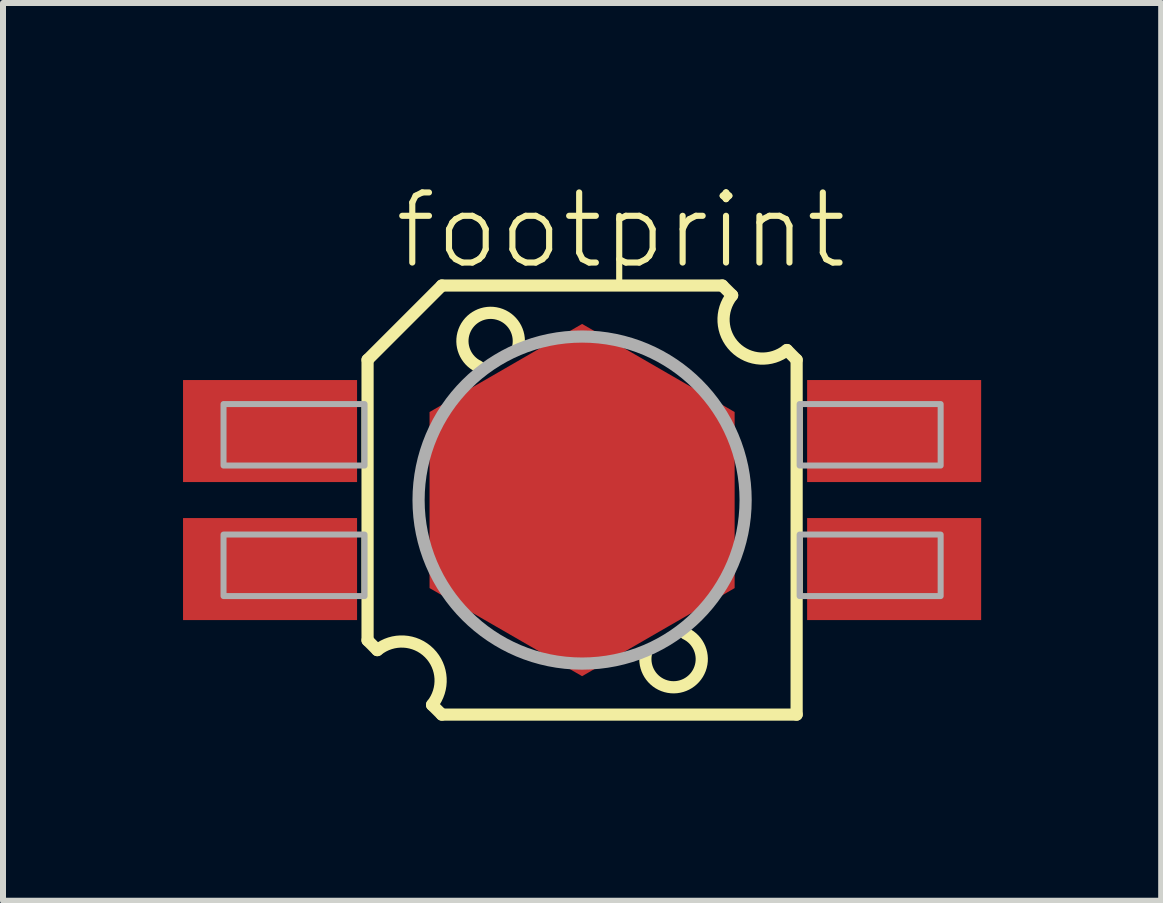
<source format=kicad_pcb>
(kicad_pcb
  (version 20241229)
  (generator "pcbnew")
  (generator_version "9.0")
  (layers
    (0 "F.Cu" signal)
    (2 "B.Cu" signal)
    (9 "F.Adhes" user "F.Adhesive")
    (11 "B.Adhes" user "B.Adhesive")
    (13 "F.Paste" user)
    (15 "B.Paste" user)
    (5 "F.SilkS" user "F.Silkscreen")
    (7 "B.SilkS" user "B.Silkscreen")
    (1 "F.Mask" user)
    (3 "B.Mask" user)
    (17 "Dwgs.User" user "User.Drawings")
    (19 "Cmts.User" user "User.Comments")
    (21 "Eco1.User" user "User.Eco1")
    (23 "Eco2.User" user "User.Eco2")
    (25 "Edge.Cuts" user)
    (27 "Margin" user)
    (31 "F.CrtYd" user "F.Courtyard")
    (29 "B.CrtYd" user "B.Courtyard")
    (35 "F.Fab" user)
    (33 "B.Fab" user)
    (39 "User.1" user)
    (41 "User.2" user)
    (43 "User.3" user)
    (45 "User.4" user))
  (footprint "footprint"
    (layer "F.Cu")
    (at 6.65 5.283)
    (property "Reference" "footprint" (at -3.175 -3.81 0) (layer "F.SilkS") (effects (font (size 1.168 1.168) (thickness 0.102)) (justify left bottom)))
    (fp_poly (pts (xy 2.542 -1.467) (xy 2.542 1.467) (xy 0 2.935) (xy -2.542 1.467) (xy -2.542 -1.467) (xy 0 -2.935)) (stroke (width 0) (type solid)) (fill yes) (layer "F.Cu"))
    (fp_poly (pts (xy 2.542 -1.467) (xy 2.542 1.467) (xy 0 2.935) (xy -2.542 1.467) (xy -2.542 -1.467) (xy 0 -2.935)) (stroke (width 0) (type solid)) (fill yes) (layer "F.Mask"))
    (fp_line (start -3.575 -2.337) (end -2.337 -3.575) (stroke (width 0.203) (type solid)) (layer "F.SilkS"))
    (fp_line (start -3.575 2.337) (end -3.575 -2.337) (stroke (width 0.203) (type solid)) (layer "F.SilkS"))
    (fp_line (start -3.413 2.5) (end -3.575 2.337) (stroke (width 0.203) (type solid)) (layer "F.SilkS"))
    (fp_line (start -2.337 -3.575) (end 2.337 -3.575) (stroke (width 0.203) (type solid)) (layer "F.SilkS"))
    (fp_line (start -2.337 3.575) (end -2.5 3.413) (stroke (width 0.203) (type solid)) (layer "F.SilkS"))
    (fp_line (start 2.337 -3.575) (end 2.5 -3.413) (stroke (width 0.203) (type solid)) (layer "F.SilkS"))
    (fp_line (start 3.413 -2.5) (end 3.575 -2.337) (stroke (width 0.203) (type solid)) (layer "F.SilkS"))
    (fp_line (start 3.575 -2.337) (end 3.575 3.575) (stroke (width 0.203) (type solid)) (layer "F.SilkS"))
    (fp_line (start 3.575 3.575) (end -2.337 3.575) (stroke (width 0.203) (type solid)) (layer "F.SilkS"))
    (fp_arc (start -3.412499 2.499999) (mid -2.54749 2.547491) (end -2.5 3.4125) (stroke (width 0.2032) (type solid)) (layer "F.SilkS"))
    (fp_arc (start -1.725 -2.225) (mid -1.737641 -3.068797) (end -1.062499 -2.562499) (stroke (width 0.2032) (type solid)) (layer "F.SilkS"))
    (fp_arc (start 1.725 2.225) (mid 1.737641 3.068797) (end 1.062499 2.562499) (stroke (width 0.2032) (type solid)) (layer "F.SilkS"))
    (fp_arc (start 3.412499 -2.499999) (mid 2.54749 -2.547491) (end 2.5 -3.4125) (stroke (width 0.2032) (type solid)) (layer "F.SilkS"))
    (fp_poly (pts (xy 2.542 -1.467) (xy 2.542 1.467) (xy 0 2.935) (xy -2.542 1.467) (xy -2.542 -1.467) (xy 0 -2.935)) (stroke (width 0) (type solid)) (fill yes) (layer "F.Paste"))
    (fp_circle (center 0 0) (end 2.725 0) (stroke (width 0.203) (type solid)) (fill no) (layer "F.Fab"))
    (fp_poly (pts (xy -5.975 -0.575) (xy -3.625 -0.575) (xy -3.625 -1.6) (xy -5.975 -1.6)) (stroke (width 0.1) (type solid)) (fill no) (layer "F.Fab"))
    (fp_poly (pts (xy -5.975 1.6) (xy -3.625 1.6) (xy -3.625 0.575) (xy -5.975 0.575)) (stroke (width 0.1) (type solid)) (fill no) (layer "F.Fab"))
    (fp_poly (pts (xy 5.975 -1.6) (xy 3.625 -1.6) (xy 3.625 -0.575) (xy 5.975 -0.575)) (stroke (width 0.1) (type solid)) (fill no) (layer "F.Fab"))
    (fp_poly (pts (xy 5.975 0.575) (xy 3.625 0.575) (xy 3.625 1.6) (xy 5.975 1.6)) (stroke (width 0.1) (type solid)) (fill no) (layer "F.Fab"))
    (pad "1NC" smd rect (at -5.2 -1.15) (size 2.9 1.7) (layers "F.Cu" "F.Mask" "F.Paste"))
    (pad "2+" smd rect (at -5.2 1.15) (size 2.9 1.7) (layers "F.Cu" "F.Mask" "F.Paste"))
    (pad "3NC" smd rect (at 5.2 1.15 180) (size 2.9 1.7) (layers "F.Cu" "F.Mask" "F.Paste"))
    (pad "4-" smd rect (at 5.2 -1.15 180) (size 2.9 1.7) (layers "F.Cu" "F.Mask" "F.Paste")))
  (gr_rect
    (start -3 -3)
    (end 16.3 11.96)
    (stroke (width 0.1) (type default))
    (fill no)
    (layer "Edge.Cuts")))
</source>
